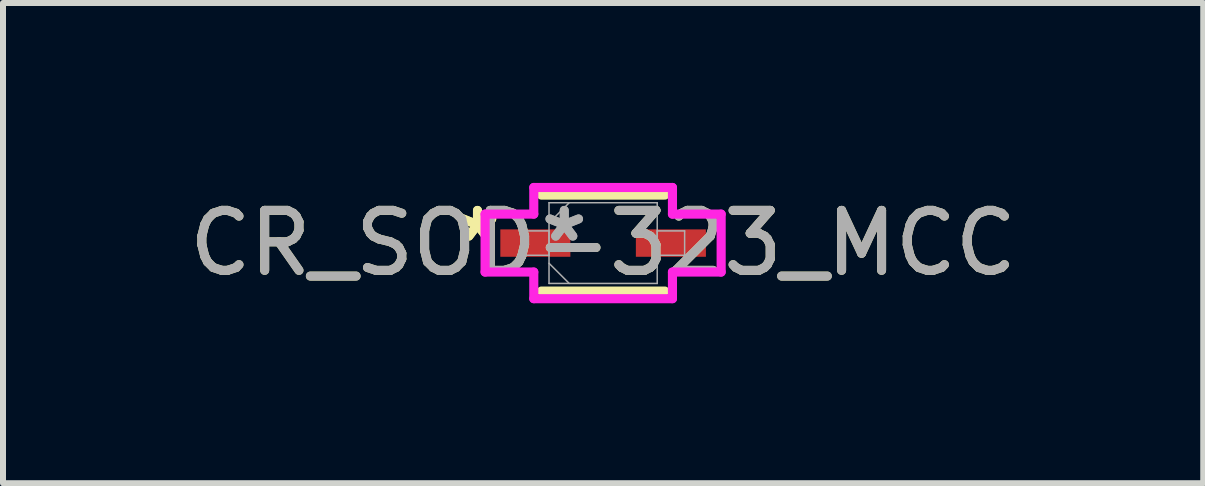
<source format=kicad_pcb>
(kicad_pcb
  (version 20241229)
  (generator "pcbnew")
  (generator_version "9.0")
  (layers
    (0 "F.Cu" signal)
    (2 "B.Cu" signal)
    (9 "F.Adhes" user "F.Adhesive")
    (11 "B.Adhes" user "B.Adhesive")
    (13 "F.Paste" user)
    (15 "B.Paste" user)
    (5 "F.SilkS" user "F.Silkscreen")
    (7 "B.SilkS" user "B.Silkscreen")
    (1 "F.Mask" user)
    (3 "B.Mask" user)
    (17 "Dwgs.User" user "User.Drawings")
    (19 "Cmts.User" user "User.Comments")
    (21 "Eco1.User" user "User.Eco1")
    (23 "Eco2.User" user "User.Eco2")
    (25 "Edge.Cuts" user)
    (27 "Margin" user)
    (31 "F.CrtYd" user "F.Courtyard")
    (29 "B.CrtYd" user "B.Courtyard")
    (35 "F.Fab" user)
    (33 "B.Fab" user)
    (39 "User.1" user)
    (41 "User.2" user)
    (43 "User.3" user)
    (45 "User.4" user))
  (footprint "CR_SOD-323_MCC"
    (layer "F.Cu")
    (at 7.006 1.003)
    (property "Reference" "CR_SOD-323_MCC" (at 0 0 0) (unlocked yes) (layer "F.SilkS") (effects (font (size 1 1) (thickness 0.15))))
    (attr smd)
    (fp_line (start -1.029 0.8) (end 1.029 0.8) (stroke (width 0.152) (type solid)) (layer "F.SilkS"))
    (fp_line (start 1.029 -0.8) (end -1.029 -0.8) (stroke (width 0.152) (type solid)) (layer "F.SilkS"))
    (fp_line (start -1.968 -0.483) (end -1.156 -0.483) (stroke (width 0.152) (type solid)) (layer "F.CrtYd"))
    (fp_line (start -1.968 0.483) (end -1.968 -0.483) (stroke (width 0.152) (type solid)) (layer "F.CrtYd"))
    (fp_line (start -1.156 -0.927) (end 1.156 -0.927) (stroke (width 0.152) (type solid)) (layer "F.CrtYd"))
    (fp_line (start -1.156 -0.483) (end -1.156 -0.927) (stroke (width 0.152) (type solid)) (layer "F.CrtYd"))
    (fp_line (start -1.156 0.483) (end -1.968 0.483) (stroke (width 0.152) (type solid)) (layer "F.CrtYd"))
    (fp_line (start -1.156 0.927) (end -1.156 0.483) (stroke (width 0.152) (type solid)) (layer "F.CrtYd"))
    (fp_line (start 1.156 -0.927) (end 1.156 -0.483) (stroke (width 0.152) (type solid)) (layer "F.CrtYd"))
    (fp_line (start 1.156 -0.483) (end 1.968 -0.483) (stroke (width 0.152) (type solid)) (layer "F.CrtYd"))
    (fp_line (start 1.156 0.483) (end 1.156 0.927) (stroke (width 0.152) (type solid)) (layer "F.CrtYd"))
    (fp_line (start 1.156 0.927) (end -1.156 0.927) (stroke (width 0.152) (type solid)) (layer "F.CrtYd"))
    (fp_line (start 1.968 -0.483) (end 1.968 0.483) (stroke (width 0.152) (type solid)) (layer "F.CrtYd"))
    (fp_line (start 1.968 0.483) (end 1.156 0.483) (stroke (width 0.152) (type solid)) (layer "F.CrtYd"))
    (fp_line (start -1.359 -0.203) (end -1.359 0.203) (stroke (width 0.025) (type solid)) (layer "F.Fab"))
    (fp_line (start -1.359 0.203) (end -0.902 0.203) (stroke (width 0.025) (type solid)) (layer "F.Fab"))
    (fp_line (start -0.902 -0.673) (end -0.902 0.673) (stroke (width 0.025) (type solid)) (layer "F.Fab"))
    (fp_line (start -0.902 -0.337) (end -0.565 -0.673) (stroke (width 0.025) (type solid)) (layer "F.Fab"))
    (fp_line (start -0.902 -0.203) (end -1.359 -0.203) (stroke (width 0.025) (type solid)) (layer "F.Fab"))
    (fp_line (start -0.902 0.203) (end -0.902 -0.203) (stroke (width 0.025) (type solid)) (layer "F.Fab"))
    (fp_line (start -0.902 0.337) (end -0.565 0.673) (stroke (width 0.025) (type solid)) (layer "F.Fab"))
    (fp_line (start -0.902 0.673) (end 0.902 0.673) (stroke (width 0.025) (type solid)) (layer "F.Fab"))
    (fp_line (start 0.902 -0.673) (end -0.902 -0.673) (stroke (width 0.025) (type solid)) (layer "F.Fab"))
    (fp_line (start 0.902 -0.203) (end 0.902 0.203) (stroke (width 0.025) (type solid)) (layer "F.Fab"))
    (fp_line (start 0.902 0.203) (end 1.359 0.203) (stroke (width 0.025) (type solid)) (layer "F.Fab"))
    (fp_line (start 0.902 0.673) (end 0.902 -0.673) (stroke (width 0.025) (type solid)) (layer "F.Fab"))
    (fp_line (start 1.359 -0.203) (end 0.902 -0.203) (stroke (width 0.025) (type solid)) (layer "F.Fab"))
    (fp_line (start 1.359 0.203) (end 1.359 -0.203) (stroke (width 0.025) (type solid)) (layer "F.Fab"))
    (fp_text user "*" (at -2.095 0 0) (layer "F.SilkS") (effects (font (size 1 1) (thickness 0.15))))
    (fp_text user "*" (at -2.095 0 0) (unlocked yes) (layer "F.SilkS") (effects (font (size 1 1) (thickness 0.15))))
    (fp_text user "${REFERENCE}" (at 0 0 0) (unlocked yes) (layer "F.Fab") (effects (font (size 1 1) (thickness 0.15))))
    (fp_text user "*" (at -0.648 0 0) (layer "F.Fab") (effects (font (size 1 1) (thickness 0.15))))
    (fp_text user "*" (at -0.648 0 0) (unlocked yes) (layer "F.Fab") (effects (font (size 1 1) (thickness 0.15))))
    (pad "1" smd rect (at -1.13 0) (size 1.168 0.457) (layers "F.Cu" "F.Mask" "F.Paste"))
    (pad "2" smd rect (at 1.13 0) (size 1.168 0.457) (layers "F.Cu" "F.Mask" "F.Paste")))
  (gr_rect
    (start -3 -3)
    (end 17.012 5.007)
    (stroke (width 0.1) (type default))
    (fill no)
    (layer "Edge.Cuts")))
</source>
